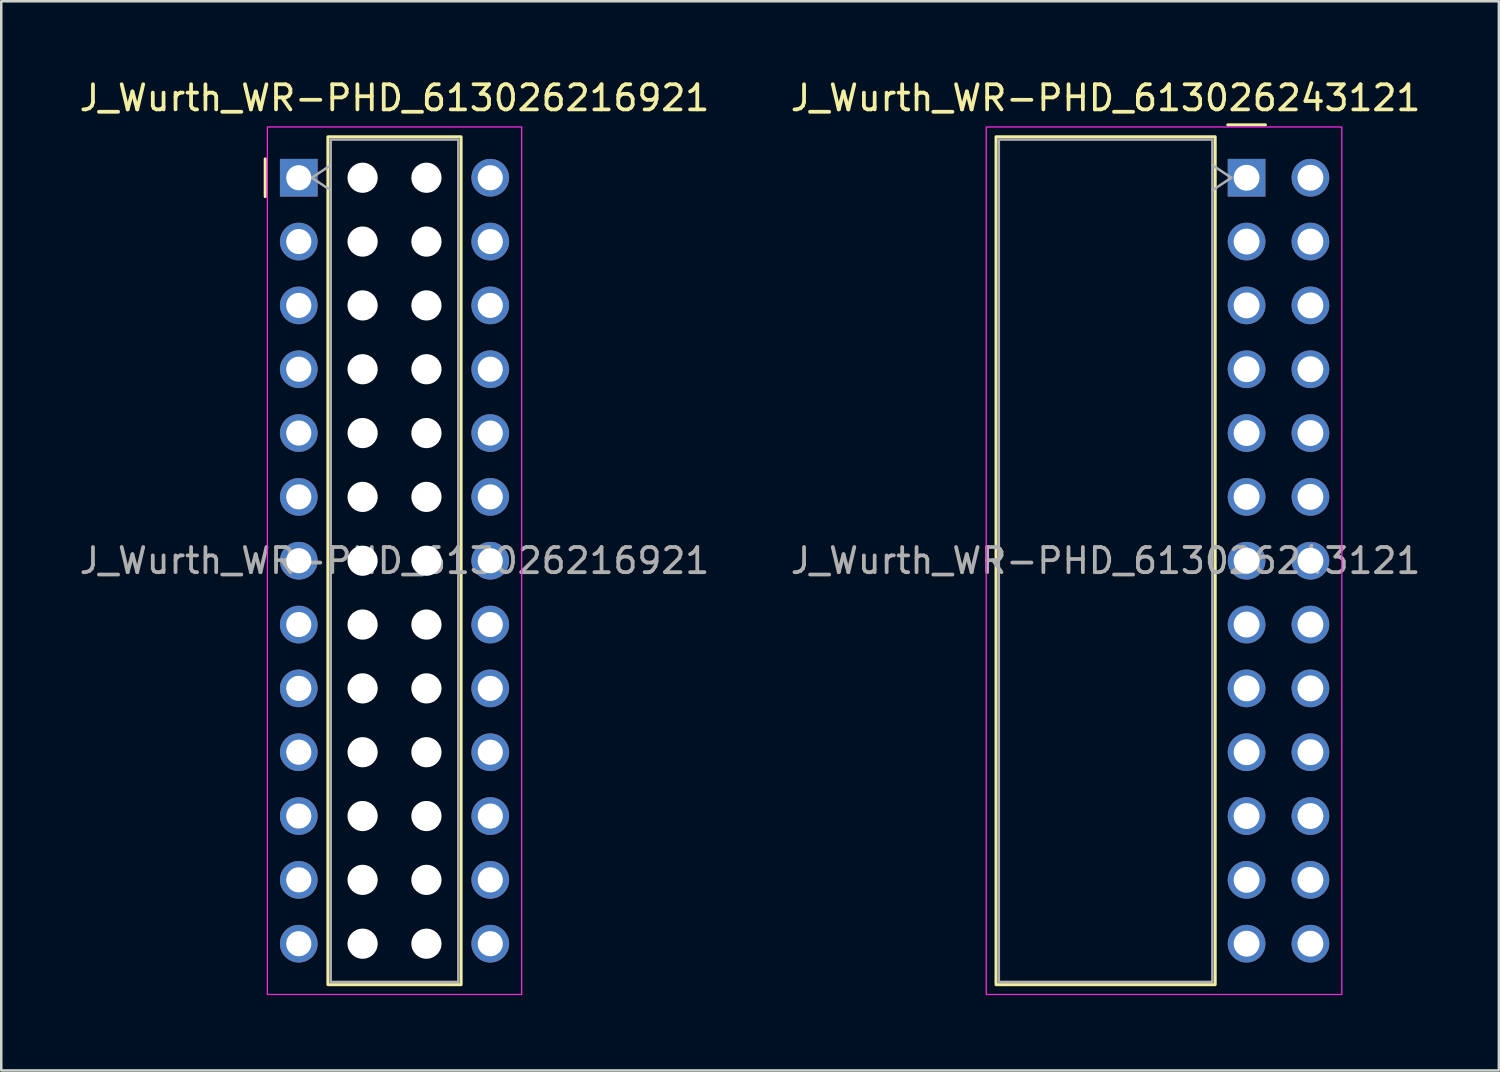
<source format=kicad_pcb>
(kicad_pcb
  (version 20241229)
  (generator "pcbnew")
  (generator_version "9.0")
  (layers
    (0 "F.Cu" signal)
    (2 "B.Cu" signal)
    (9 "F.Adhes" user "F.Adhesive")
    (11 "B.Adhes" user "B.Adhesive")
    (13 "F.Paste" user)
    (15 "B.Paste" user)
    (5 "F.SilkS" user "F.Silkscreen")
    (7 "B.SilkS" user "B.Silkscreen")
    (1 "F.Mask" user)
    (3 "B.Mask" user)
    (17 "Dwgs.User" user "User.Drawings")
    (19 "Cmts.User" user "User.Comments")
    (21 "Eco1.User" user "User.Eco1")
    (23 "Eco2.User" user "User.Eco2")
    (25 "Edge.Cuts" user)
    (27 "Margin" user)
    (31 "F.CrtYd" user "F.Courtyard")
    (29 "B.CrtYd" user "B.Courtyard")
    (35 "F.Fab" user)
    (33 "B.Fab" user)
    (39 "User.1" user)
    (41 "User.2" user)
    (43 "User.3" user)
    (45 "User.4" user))
  (footprint "J_Wurth_WR-PHD_613026243121"
    (layer "F.Cu")
    (at 46.556 4.023)
    (property "Reference" "J_Wurth_WR-PHD_613026243121" (at -5.61 -3.175 0) (unlocked yes) (layer "F.SilkS") (effects (font (size 1 1) (thickness 0.15))))
    (attr through_hole)
    (fp_line (start -0.75 -2.105) (end 0.75 -2.105) (stroke (width 0.12) (type solid)) (layer "F.SilkS"))
    (fp_rect (start -9.97 -1.63) (end -1.25 32.11) (stroke (width 0.12) (type solid)) (fill no) (layer "F.SilkS"))
    (fp_rect (start -10.36 -2.02) (end 3.79 32.5) (stroke (width 0.05) (type solid)) (fill no) (layer "F.CrtYd"))
    (fp_line (start -0.61 0) (end -1.36 -0.5) (stroke (width 0.1) (type solid)) (layer "F.Fab"))
    (fp_line (start -0.61 0) (end -1.36 0.5) (stroke (width 0.1) (type solid)) (layer "F.Fab"))
    (fp_rect (start -9.86 -1.52) (end -1.36 32) (stroke (width 0.1) (type solid)) (fill no) (layer "F.Fab"))
    (fp_text user "${REFERENCE}" (at -5.61 15.24 0) (unlocked yes) (layer "F.Fab") (effects (font (size 1 1) (thickness 0.15))))
    (pad "1" thru_hole rect (at 0 0 270) (size 1.5 1.5) (drill 1.03) (layers "*.Cu" "*.Mask"))
    (pad "2" thru_hole circle (at 2.54 0 270) (size 1.5 1.5) (drill 1.03) (layers "*.Cu" "*.Mask"))
    (pad "3" thru_hole circle (at 0 2.54 270) (size 1.5 1.5) (drill 1.03) (layers "*.Cu" "*.Mask"))
    (pad "4" thru_hole circle (at 2.54 2.54 270) (size 1.5 1.5) (drill 1.03) (layers "*.Cu" "*.Mask"))
    (pad "5" thru_hole circle (at 0 5.08 270) (size 1.5 1.5) (drill 1.03) (layers "*.Cu" "*.Mask"))
    (pad "6" thru_hole circle (at 2.54 5.08 270) (size 1.5 1.5) (drill 1.03) (layers "*.Cu" "*.Mask"))
    (pad "7" thru_hole circle (at 0 7.62 270) (size 1.5 1.5) (drill 1.03) (layers "*.Cu" "*.Mask"))
    (pad "8" thru_hole circle (at 2.54 7.62 270) (size 1.5 1.5) (drill 1.03) (layers "*.Cu" "*.Mask"))
    (pad "9" thru_hole circle (at 0 10.16 270) (size 1.5 1.5) (drill 1.03) (layers "*.Cu" "*.Mask"))
    (pad "10" thru_hole circle (at 2.54 10.16 270) (size 1.5 1.5) (drill 1.03) (layers "*.Cu" "*.Mask"))
    (pad "11" thru_hole circle (at 0 12.7 270) (size 1.5 1.5) (drill 1.03) (layers "*.Cu" "*.Mask"))
    (pad "12" thru_hole circle (at 2.54 12.7 270) (size 1.5 1.5) (drill 1.03) (layers "*.Cu" "*.Mask"))
    (pad "13" thru_hole circle (at 0 15.24 270) (size 1.5 1.5) (drill 1.03) (layers "*.Cu" "*.Mask"))
    (pad "14" thru_hole circle (at 2.54 15.24 270) (size 1.5 1.5) (drill 1.03) (layers "*.Cu" "*.Mask"))
    (pad "15" thru_hole circle (at 0 17.78 270) (size 1.5 1.5) (drill 1.03) (layers "*.Cu" "*.Mask"))
    (pad "16" thru_hole circle (at 2.54 17.78 270) (size 1.5 1.5) (drill 1.03) (layers "*.Cu" "*.Mask"))
    (pad "17" thru_hole circle (at 0 20.32 270) (size 1.5 1.5) (drill 1.03) (layers "*.Cu" "*.Mask"))
    (pad "18" thru_hole circle (at 2.54 20.32 270) (size 1.5 1.5) (drill 1.03) (layers "*.Cu" "*.Mask"))
    (pad "19" thru_hole circle (at 0 22.86 270) (size 1.5 1.5) (drill 1.03) (layers "*.Cu" "*.Mask"))
    (pad "20" thru_hole circle (at 2.54 22.86 270) (size 1.5 1.5) (drill 1.03) (layers "*.Cu" "*.Mask"))
    (pad "21" thru_hole circle (at 0 25.4 270) (size 1.5 1.5) (drill 1.03) (layers "*.Cu" "*.Mask"))
    (pad "22" thru_hole circle (at 2.54 25.4 270) (size 1.5 1.5) (drill 1.03) (layers "*.Cu" "*.Mask"))
    (pad "23" thru_hole circle (at 0 27.94 270) (size 1.5 1.5) (drill 1.03) (layers "*.Cu" "*.Mask"))
    (pad "24" thru_hole circle (at 2.54 27.94 270) (size 1.5 1.5) (drill 1.03) (layers "*.Cu" "*.Mask"))
    (pad "25" thru_hole circle (at 0 30.48 270) (size 1.5 1.5) (drill 1.03) (layers "*.Cu" "*.Mask"))
    (pad "26" thru_hole circle (at 2.54 30.48 270) (size 1.5 1.5) (drill 1.03) (layers "*.Cu" "*.Mask")))
  (footprint "J_Wurth_WR-PHD_613026216921"
    (layer "F.Cu")
    (at 8.839 4.023)
    (property "Reference" "J_Wurth_WR-PHD_613026216921" (at 3.81 -3.175 0) (unlocked yes) (layer "F.SilkS") (effects (font (size 1 1) (thickness 0.15))))
    (attr through_hole)
    (fp_line (start -1.335 -0.75) (end -1.335 0.75) (stroke (width 0.12) (type solid)) (layer "F.SilkS"))
    (fp_rect (start 1.16 -1.63) (end 6.46 32.11) (stroke (width 0.12) (type solid)) (fill no) (layer "F.SilkS"))
    (fp_rect (start -1.25 -2.02) (end 8.87 32.5) (stroke (width 0.05) (type solid)) (fill no) (layer "F.CrtYd"))
    (fp_line (start 0.52 0) (end 1.27 -0.5) (stroke (width 0.1) (type solid)) (layer "F.Fab"))
    (fp_line (start 0.52 0) (end 1.27 0.5) (stroke (width 0.1) (type solid)) (layer "F.Fab"))
    (fp_rect (start 1.27 -1.52) (end 6.35 32) (stroke (width 0.1) (type solid)) (fill no) (layer "F.Fab"))
    (fp_text user "${REFERENCE}" (at 3.81 15.24 0) (unlocked yes) (layer "F.Fab") (effects (font (size 1 1) (thickness 0.15))))
    (pad "" np_thru_hole circle (at 2.54 0 270) (size 1.2 1.2) (drill 1.2) (layers "*.Cu" "*.Mask"))
    (pad "" np_thru_hole circle (at 2.54 2.54 270) (size 1.2 1.2) (drill 1.2) (layers "*.Cu" "*.Mask"))
    (pad "" np_thru_hole circle (at 2.54 5.08 270) (size 1.2 1.2) (drill 1.2) (layers "*.Cu" "*.Mask"))
    (pad "" np_thru_hole circle (at 2.54 7.62 270) (size 1.2 1.2) (drill 1.2) (layers "*.Cu" "*.Mask"))
    (pad "" np_thru_hole circle (at 2.54 10.16 270) (size 1.2 1.2) (drill 1.2) (layers "*.Cu" "*.Mask"))
    (pad "" np_thru_hole circle (at 2.54 12.7 270) (size 1.2 1.2) (drill 1.2) (layers "*.Cu" "*.Mask"))
    (pad "" np_thru_hole circle (at 2.54 15.24 270) (size 1.2 1.2) (drill 1.2) (layers "*.Cu" "*.Mask"))
    (pad "" np_thru_hole circle (at 2.54 17.78 270) (size 1.2 1.2) (drill 1.2) (layers "*.Cu" "*.Mask"))
    (pad "" np_thru_hole circle (at 2.54 20.32 270) (size 1.2 1.2) (drill 1.2) (layers "*.Cu" "*.Mask"))
    (pad "" np_thru_hole circle (at 2.54 22.86 270) (size 1.2 1.2) (drill 1.2) (layers "*.Cu" "*.Mask"))
    (pad "" np_thru_hole circle (at 2.54 25.4 270) (size 1.2 1.2) (drill 1.2) (layers "*.Cu" "*.Mask"))
    (pad "" np_thru_hole circle (at 2.54 27.94 270) (size 1.2 1.2) (drill 1.2) (layers "*.Cu" "*.Mask"))
    (pad "" np_thru_hole circle (at 2.54 30.48 270) (size 1.2 1.2) (drill 1.2) (layers "*.Cu" "*.Mask"))
    (pad "" np_thru_hole circle (at 5.08 0 270) (size 1.2 1.2) (drill 1.2) (layers "*.Cu" "*.Mask"))
    (pad "" np_thru_hole circle (at 5.08 2.54 270) (size 1.2 1.2) (drill 1.2) (layers "*.Cu" "*.Mask"))
    (pad "" np_thru_hole circle (at 5.08 5.08 270) (size 1.2 1.2) (drill 1.2) (layers "*.Cu" "*.Mask"))
    (pad "" np_thru_hole circle (at 5.08 7.62 270) (size 1.2 1.2) (drill 1.2) (layers "*.Cu" "*.Mask"))
    (pad "" np_thru_hole circle (at 5.08 10.16 270) (size 1.2 1.2) (drill 1.2) (layers "*.Cu" "*.Mask"))
    (pad "" np_thru_hole circle (at 5.08 12.7 270) (size 1.2 1.2) (drill 1.2) (layers "*.Cu" "*.Mask"))
    (pad "" np_thru_hole circle (at 5.08 15.24 270) (size 1.2 1.2) (drill 1.2) (layers "*.Cu" "*.Mask"))
    (pad "" np_thru_hole circle (at 5.08 17.78 270) (size 1.2 1.2) (drill 1.2) (layers "*.Cu" "*.Mask"))
    (pad "" np_thru_hole circle (at 5.08 20.32 270) (size 1.2 1.2) (drill 1.2) (layers "*.Cu" "*.Mask"))
    (pad "" np_thru_hole circle (at 5.08 22.86 270) (size 1.2 1.2) (drill 1.2) (layers "*.Cu" "*.Mask"))
    (pad "" np_thru_hole circle (at 5.08 25.4 270) (size 1.2 1.2) (drill 1.2) (layers "*.Cu" "*.Mask"))
    (pad "" np_thru_hole circle (at 5.08 27.94 270) (size 1.2 1.2) (drill 1.2) (layers "*.Cu" "*.Mask"))
    (pad "" np_thru_hole circle (at 5.08 30.48 270) (size 1.2 1.2) (drill 1.2) (layers "*.Cu" "*.Mask"))
    (pad "1" thru_hole rect (at 0 0 270) (size 1.5 1.5) (drill 1) (layers "*.Cu" "*.Mask"))
    (pad "2" thru_hole circle (at 7.62 0 270) (size 1.5 1.5) (drill 1) (layers "*.Cu" "*.Mask"))
    (pad "3" thru_hole circle (at 0 2.54 270) (size 1.5 1.5) (drill 1) (layers "*.Cu" "*.Mask"))
    (pad "4" thru_hole circle (at 7.62 2.54 270) (size 1.5 1.5) (drill 1) (layers "*.Cu" "*.Mask"))
    (pad "5" thru_hole circle (at 0 5.08 270) (size 1.5 1.5) (drill 1) (layers "*.Cu" "*.Mask"))
    (pad "6" thru_hole circle (at 7.62 5.08 270) (size 1.5 1.5) (drill 1) (layers "*.Cu" "*.Mask"))
    (pad "7" thru_hole circle (at 0 7.62 270) (size 1.5 1.5) (drill 1) (layers "*.Cu" "*.Mask"))
    (pad "8" thru_hole circle (at 7.62 7.62 270) (size 1.5 1.5) (drill 1) (layers "*.Cu" "*.Mask"))
    (pad "9" thru_hole circle (at 0 10.16 270) (size 1.5 1.5) (drill 1) (layers "*.Cu" "*.Mask"))
    (pad "10" thru_hole circle (at 7.62 10.16 270) (size 1.5 1.5) (drill 1) (layers "*.Cu" "*.Mask"))
    (pad "11" thru_hole circle (at 0 12.7 270) (size 1.5 1.5) (drill 1) (layers "*.Cu" "*.Mask"))
    (pad "12" thru_hole circle (at 7.62 12.7 270) (size 1.5 1.5) (drill 1) (layers "*.Cu" "*.Mask"))
    (pad "13" thru_hole circle (at 0 15.24 270) (size 1.5 1.5) (drill 1) (layers "*.Cu" "*.Mask"))
    (pad "14" thru_hole circle (at 7.62 15.24 270) (size 1.5 1.5) (drill 1) (layers "*.Cu" "*.Mask"))
    (pad "15" thru_hole circle (at 0 17.78 270) (size 1.5 1.5) (drill 1) (layers "*.Cu" "*.Mask"))
    (pad "16" thru_hole circle (at 7.62 17.78 270) (size 1.5 1.5) (drill 1) (layers "*.Cu" "*.Mask"))
    (pad "17" thru_hole circle (at 0 20.32 270) (size 1.5 1.5) (drill 1) (layers "*.Cu" "*.Mask"))
    (pad "18" thru_hole circle (at 7.62 20.32 270) (size 1.5 1.5) (drill 1) (layers "*.Cu" "*.Mask"))
    (pad "19" thru_hole circle (at 0 22.86 270) (size 1.5 1.5) (drill 1) (layers "*.Cu" "*.Mask"))
    (pad "20" thru_hole circle (at 7.62 22.86 270) (size 1.5 1.5) (drill 1) (layers "*.Cu" "*.Mask"))
    (pad "21" thru_hole circle (at 0 25.4 270) (size 1.5 1.5) (drill 1) (layers "*.Cu" "*.Mask"))
    (pad "22" thru_hole circle (at 7.62 25.4 270) (size 1.5 1.5) (drill 1) (layers "*.Cu" "*.Mask"))
    (pad "23" thru_hole circle (at 0 27.94 270) (size 1.5 1.5) (drill 1) (layers "*.Cu" "*.Mask"))
    (pad "24" thru_hole circle (at 7.62 27.94 270) (size 1.5 1.5) (drill 1) (layers "*.Cu" "*.Mask"))
    (pad "25" thru_hole circle (at 0 30.48 270) (size 1.5 1.5) (drill 1) (layers "*.Cu" "*.Mask"))
    (pad "26" thru_hole circle (at 7.62 30.48 270) (size 1.5 1.5) (drill 1) (layers "*.Cu" "*.Mask")))
  (gr_rect
    (start -3 -3)
    (end 56.595 39.548)
    (stroke (width 0.1) (type default))
    (fill no)
    (layer "Edge.Cuts")))
</source>
